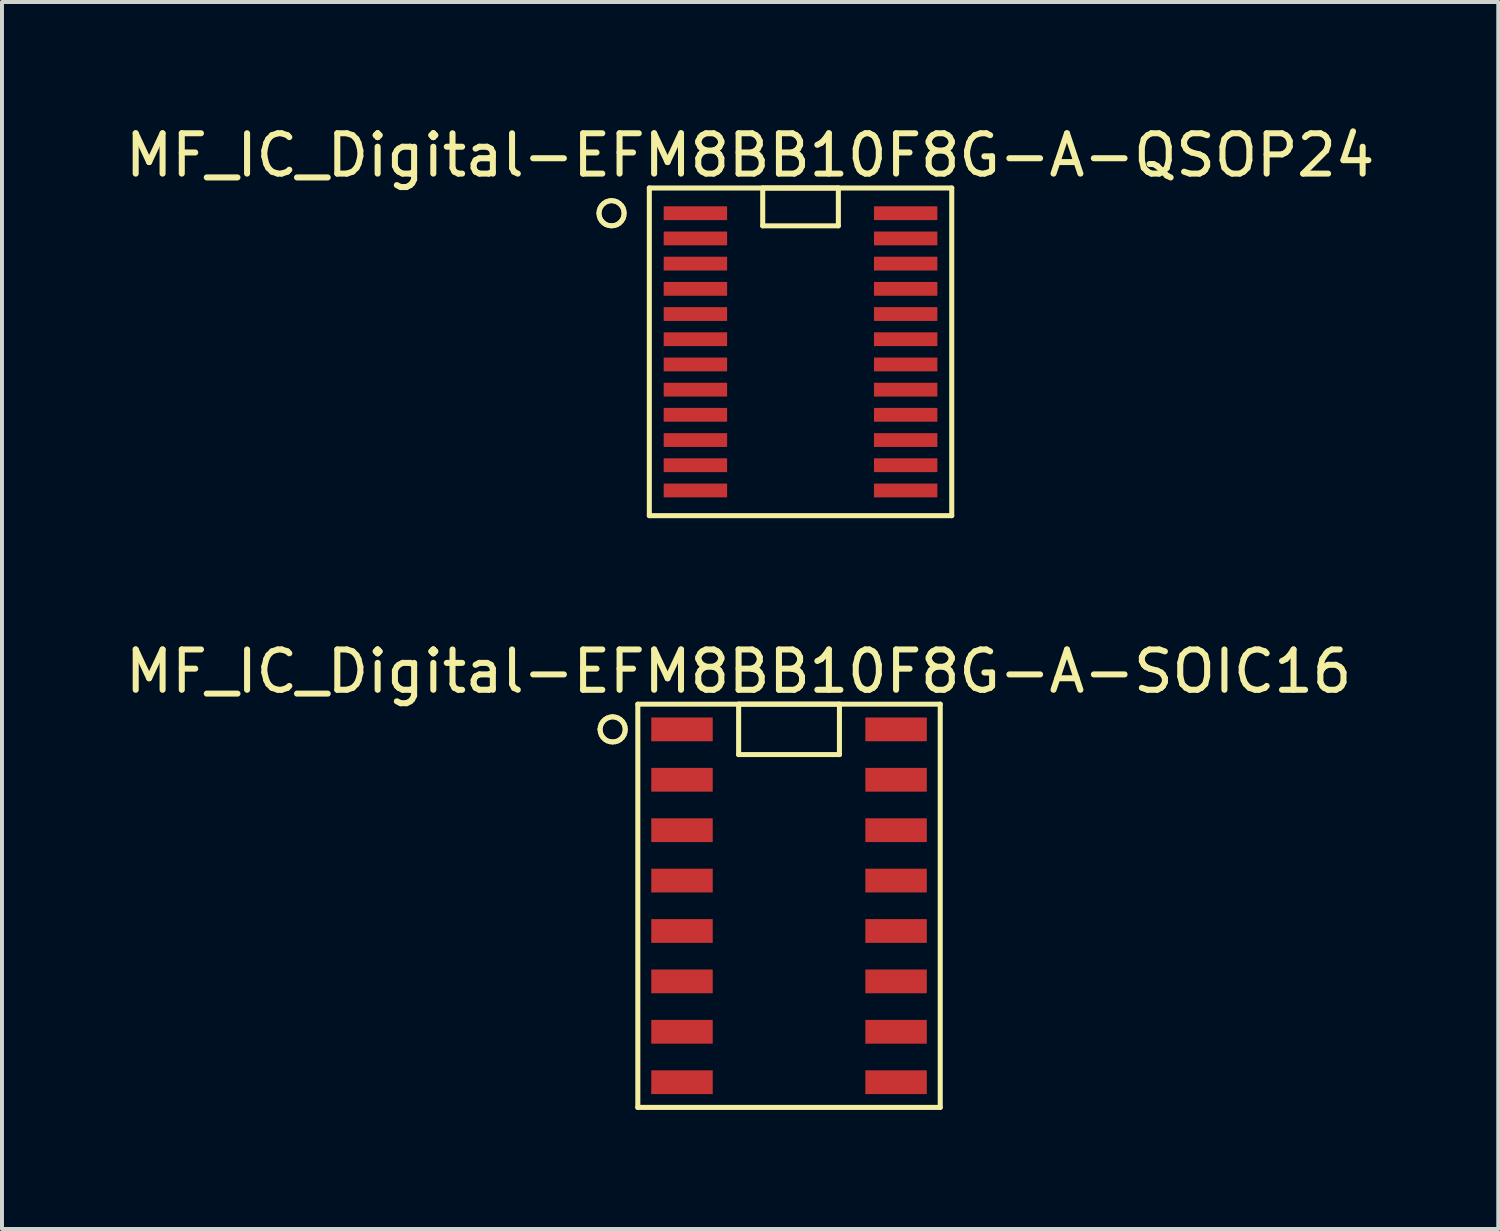
<source format=kicad_pcb>
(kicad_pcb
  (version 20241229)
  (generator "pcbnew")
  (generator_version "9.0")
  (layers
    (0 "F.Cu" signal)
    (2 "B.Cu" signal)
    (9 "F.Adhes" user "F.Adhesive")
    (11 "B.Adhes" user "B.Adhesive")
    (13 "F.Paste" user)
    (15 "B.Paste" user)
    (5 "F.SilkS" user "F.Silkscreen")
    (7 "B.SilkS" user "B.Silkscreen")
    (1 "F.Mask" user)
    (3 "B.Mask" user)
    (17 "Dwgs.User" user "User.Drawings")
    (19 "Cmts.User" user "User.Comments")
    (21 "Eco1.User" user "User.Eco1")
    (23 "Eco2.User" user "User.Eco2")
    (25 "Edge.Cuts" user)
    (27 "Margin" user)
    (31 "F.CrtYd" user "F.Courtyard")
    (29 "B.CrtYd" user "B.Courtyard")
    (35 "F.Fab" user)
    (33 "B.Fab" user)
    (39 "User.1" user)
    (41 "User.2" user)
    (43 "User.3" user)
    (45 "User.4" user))
  (footprint "MF_IC_Digital-EFM8BB10F8G-A-QSOP24"
    (layer "F.Cu")
    (at 17.121 5.815)
    (property "Reference" "MF_IC_Digital-EFM8BB10F8G-A-QSOP24" (at -1.27 -4.953 0) (layer "F.SilkS") (effects (font (size 1.016 1.016) (thickness 0.152))))
    (attr smd)
    (fp_line (start -5.08 -3.493) (end -5.07 -3.561) (stroke (width 0.127) (type solid)) (layer "F.SilkS"))
    (fp_line (start -5.07 -3.561) (end -5.047 -3.63) (stroke (width 0.127) (type solid)) (layer "F.SilkS"))
    (fp_line (start -5.07 -3.421) (end -5.08 -3.493) (stroke (width 0.127) (type solid)) (layer "F.SilkS"))
    (fp_line (start -5.047 -3.63) (end -5.009 -3.688) (stroke (width 0.127) (type solid)) (layer "F.SilkS"))
    (fp_line (start -5.047 -3.353) (end -5.07 -3.421) (stroke (width 0.127) (type solid)) (layer "F.SilkS"))
    (fp_line (start -5.009 -3.688) (end -4.958 -3.739) (stroke (width 0.127) (type solid)) (layer "F.SilkS"))
    (fp_line (start -5.009 -3.294) (end -5.047 -3.353) (stroke (width 0.127) (type solid)) (layer "F.SilkS"))
    (fp_line (start -4.958 -3.739) (end -4.9 -3.777) (stroke (width 0.127) (type solid)) (layer "F.SilkS"))
    (fp_line (start -4.958 -3.244) (end -5.009 -3.294) (stroke (width 0.127) (type solid)) (layer "F.SilkS"))
    (fp_line (start -4.9 -3.777) (end -4.831 -3.8) (stroke (width 0.127) (type solid)) (layer "F.SilkS"))
    (fp_line (start -4.9 -3.205) (end -4.958 -3.244) (stroke (width 0.127) (type solid)) (layer "F.SilkS"))
    (fp_line (start -4.831 -3.8) (end -4.763 -3.81) (stroke (width 0.127) (type solid)) (layer "F.SilkS"))
    (fp_line (start -4.831 -3.183) (end -4.9 -3.205) (stroke (width 0.127) (type solid)) (layer "F.SilkS"))
    (fp_line (start -4.763 -3.81) (end -4.691 -3.8) (stroke (width 0.127) (type solid)) (layer "F.SilkS"))
    (fp_line (start -4.763 -3.175) (end -4.831 -3.183) (stroke (width 0.127) (type solid)) (layer "F.SilkS"))
    (fp_line (start -4.691 -3.8) (end -4.623 -3.777) (stroke (width 0.127) (type solid)) (layer "F.SilkS"))
    (fp_line (start -4.691 -3.183) (end -4.763 -3.175) (stroke (width 0.127) (type solid)) (layer "F.SilkS"))
    (fp_line (start -4.623 -3.777) (end -4.564 -3.739) (stroke (width 0.127) (type solid)) (layer "F.SilkS"))
    (fp_line (start -4.623 -3.205) (end -4.691 -3.183) (stroke (width 0.127) (type solid)) (layer "F.SilkS"))
    (fp_line (start -4.564 -3.739) (end -4.514 -3.688) (stroke (width 0.127) (type solid)) (layer "F.SilkS"))
    (fp_line (start -4.564 -3.244) (end -4.623 -3.205) (stroke (width 0.127) (type solid)) (layer "F.SilkS"))
    (fp_line (start -4.514 -3.688) (end -4.475 -3.63) (stroke (width 0.127) (type solid)) (layer "F.SilkS"))
    (fp_line (start -4.514 -3.294) (end -4.564 -3.244) (stroke (width 0.127) (type solid)) (layer "F.SilkS"))
    (fp_line (start -4.475 -3.63) (end -4.453 -3.561) (stroke (width 0.127) (type solid)) (layer "F.SilkS"))
    (fp_line (start -4.475 -3.353) (end -4.514 -3.294) (stroke (width 0.127) (type solid)) (layer "F.SilkS"))
    (fp_line (start -4.453 -3.561) (end -4.445 -3.493) (stroke (width 0.127) (type solid)) (layer "F.SilkS"))
    (fp_line (start -4.453 -3.421) (end -4.475 -3.353) (stroke (width 0.127) (type solid)) (layer "F.SilkS"))
    (fp_line (start -4.445 -3.493) (end -4.453 -3.421) (stroke (width 0.127) (type solid)) (layer "F.SilkS"))
    (fp_line (start -3.81 -4.128) (end 3.81 -4.128) (stroke (width 0.127) (type solid)) (layer "F.SilkS"))
    (fp_line (start -3.81 4.128) (end -3.81 -4.128) (stroke (width 0.127) (type solid)) (layer "F.SilkS"))
    (fp_line (start -0.953 -4.128) (end -0.953 -3.175) (stroke (width 0.127) (type solid)) (layer "F.SilkS"))
    (fp_line (start -0.953 -3.175) (end 0.953 -3.175) (stroke (width 0.127) (type solid)) (layer "F.SilkS"))
    (fp_line (start 0.953 -4.128) (end -0.953 -4.128) (stroke (width 0.127) (type solid)) (layer "F.SilkS"))
    (fp_line (start 0.953 -3.175) (end 0.953 -4.128) (stroke (width 0.127) (type solid)) (layer "F.SilkS"))
    (fp_line (start 3.81 -4.128) (end 3.81 4.128) (stroke (width 0.127) (type solid)) (layer "F.SilkS"))
    (fp_line (start 3.81 4.128) (end -3.81 4.128) (stroke (width 0.127) (type solid)) (layer "F.SilkS"))
    (pad "P$1" smd rect (at -2.649 -3.493 90) (size 0.348 1.598) (layers "F.Cu" "F.Mask" "F.Paste"))
    (pad "P$2" smd rect (at -2.649 -2.857 90) (size 0.348 1.598) (layers "F.Cu" "F.Mask" "F.Paste"))
    (pad "P$3" smd rect (at -2.649 -2.223 90) (size 0.348 1.598) (layers "F.Cu" "F.Mask" "F.Paste"))
    (pad "P$4" smd rect (at -2.649 -1.587 90) (size 0.348 1.598) (layers "F.Cu" "F.Mask" "F.Paste"))
    (pad "P$5" smd rect (at -2.649 -0.953 90) (size 0.348 1.598) (layers "F.Cu" "F.Mask" "F.Paste"))
    (pad "P$6" smd rect (at -2.649 -0.318 90) (size 0.348 1.598) (layers "F.Cu" "F.Mask" "F.Paste"))
    (pad "P$7" smd rect (at -2.649 0.318 90) (size 0.348 1.598) (layers "F.Cu" "F.Mask" "F.Paste"))
    (pad "P$8" smd rect (at -2.649 0.953 90) (size 0.348 1.598) (layers "F.Cu" "F.Mask" "F.Paste"))
    (pad "P$9" smd rect (at -2.649 1.587 90) (size 0.348 1.598) (layers "F.Cu" "F.Mask" "F.Paste"))
    (pad "P$10" smd rect (at -2.649 2.223 90) (size 0.348 1.598) (layers "F.Cu" "F.Mask" "F.Paste"))
    (pad "P$11" smd rect (at -2.649 2.857 90) (size 0.348 1.598) (layers "F.Cu" "F.Mask" "F.Paste"))
    (pad "P$12" smd rect (at -2.649 3.493 90) (size 0.348 1.598) (layers "F.Cu" "F.Mask" "F.Paste"))
    (pad "P$13" smd rect (at 2.649 3.493 270) (size 0.348 1.598) (layers "F.Cu" "F.Mask" "F.Paste"))
    (pad "P$14" smd rect (at 2.649 2.857 270) (size 0.348 1.598) (layers "F.Cu" "F.Mask" "F.Paste"))
    (pad "P$15" smd rect (at 2.649 2.223 270) (size 0.348 1.598) (layers "F.Cu" "F.Mask" "F.Paste"))
    (pad "P$16" smd rect (at 2.649 1.587 270) (size 0.348 1.598) (layers "F.Cu" "F.Mask" "F.Paste"))
    (pad "P$17" smd rect (at 2.649 0.953 270) (size 0.348 1.598) (layers "F.Cu" "F.Mask" "F.Paste"))
    (pad "P$18" smd rect (at 2.649 0.318 270) (size 0.348 1.598) (layers "F.Cu" "F.Mask" "F.Paste"))
    (pad "P$19" smd rect (at 2.649 -0.318 270) (size 0.348 1.598) (layers "F.Cu" "F.Mask" "F.Paste"))
    (pad "P$20" smd rect (at 2.649 -0.953 270) (size 0.348 1.598) (layers "F.Cu" "F.Mask" "F.Paste"))
    (pad "P$21" smd rect (at 2.649 -1.587 270) (size 0.348 1.598) (layers "F.Cu" "F.Mask" "F.Paste"))
    (pad "P$22" smd rect (at 2.649 -2.223 270) (size 0.348 1.598) (layers "F.Cu" "F.Mask" "F.Paste"))
    (pad "P$23" smd rect (at 2.649 -2.857 270) (size 0.348 1.598) (layers "F.Cu" "F.Mask" "F.Paste"))
    (pad "P$24" smd rect (at 2.649 -3.493 270) (size 0.348 1.598) (layers "F.Cu" "F.Mask" "F.Paste")))
  (footprint "MF_IC_Digital-EFM8BB10F8G-A-SOIC16"
    (layer "F.Cu")
    (at 16.831 19.773)
    (property "Reference" "MF_IC_Digital-EFM8BB10F8G-A-SOIC16" (at -1.27 -5.905 0) (layer "F.SilkS") (effects (font (size 1.016 1.016) (thickness 0.152))))
    (attr smd)
    (fp_line (start -4.763 -4.445) (end -4.752 -4.514) (stroke (width 0.127) (type solid)) (layer "F.SilkS"))
    (fp_line (start -4.752 -4.514) (end -4.729 -4.582) (stroke (width 0.127) (type solid)) (layer "F.SilkS"))
    (fp_line (start -4.752 -4.374) (end -4.763 -4.445) (stroke (width 0.127) (type solid)) (layer "F.SilkS"))
    (fp_line (start -4.729 -4.582) (end -4.691 -4.641) (stroke (width 0.127) (type solid)) (layer "F.SilkS"))
    (fp_line (start -4.729 -4.305) (end -4.752 -4.374) (stroke (width 0.127) (type solid)) (layer "F.SilkS"))
    (fp_line (start -4.691 -4.641) (end -4.641 -4.691) (stroke (width 0.127) (type solid)) (layer "F.SilkS"))
    (fp_line (start -4.691 -4.247) (end -4.729 -4.305) (stroke (width 0.127) (type solid)) (layer "F.SilkS"))
    (fp_line (start -4.641 -4.691) (end -4.582 -4.729) (stroke (width 0.127) (type solid)) (layer "F.SilkS"))
    (fp_line (start -4.641 -4.196) (end -4.691 -4.247) (stroke (width 0.127) (type solid)) (layer "F.SilkS"))
    (fp_line (start -4.582 -4.729) (end -4.514 -4.752) (stroke (width 0.127) (type solid)) (layer "F.SilkS"))
    (fp_line (start -4.582 -4.158) (end -4.641 -4.196) (stroke (width 0.127) (type solid)) (layer "F.SilkS"))
    (fp_line (start -4.514 -4.752) (end -4.445 -4.763) (stroke (width 0.127) (type solid)) (layer "F.SilkS"))
    (fp_line (start -4.514 -4.135) (end -4.582 -4.158) (stroke (width 0.127) (type solid)) (layer "F.SilkS"))
    (fp_line (start -4.445 -4.763) (end -4.374 -4.752) (stroke (width 0.127) (type solid)) (layer "F.SilkS"))
    (fp_line (start -4.445 -4.128) (end -4.514 -4.135) (stroke (width 0.127) (type solid)) (layer "F.SilkS"))
    (fp_line (start -4.374 -4.752) (end -4.305 -4.729) (stroke (width 0.127) (type solid)) (layer "F.SilkS"))
    (fp_line (start -4.374 -4.135) (end -4.445 -4.128) (stroke (width 0.127) (type solid)) (layer "F.SilkS"))
    (fp_line (start -4.305 -4.729) (end -4.247 -4.691) (stroke (width 0.127) (type solid)) (layer "F.SilkS"))
    (fp_line (start -4.305 -4.158) (end -4.374 -4.135) (stroke (width 0.127) (type solid)) (layer "F.SilkS"))
    (fp_line (start -4.247 -4.691) (end -4.196 -4.641) (stroke (width 0.127) (type solid)) (layer "F.SilkS"))
    (fp_line (start -4.247 -4.196) (end -4.305 -4.158) (stroke (width 0.127) (type solid)) (layer "F.SilkS"))
    (fp_line (start -4.196 -4.641) (end -4.158 -4.582) (stroke (width 0.127) (type solid)) (layer "F.SilkS"))
    (fp_line (start -4.196 -4.247) (end -4.247 -4.196) (stroke (width 0.127) (type solid)) (layer "F.SilkS"))
    (fp_line (start -4.158 -4.582) (end -4.135 -4.514) (stroke (width 0.127) (type solid)) (layer "F.SilkS"))
    (fp_line (start -4.158 -4.305) (end -4.196 -4.247) (stroke (width 0.127) (type solid)) (layer "F.SilkS"))
    (fp_line (start -4.135 -4.514) (end -4.128 -4.445) (stroke (width 0.127) (type solid)) (layer "F.SilkS"))
    (fp_line (start -4.135 -4.374) (end -4.158 -4.305) (stroke (width 0.127) (type solid)) (layer "F.SilkS"))
    (fp_line (start -4.128 -4.445) (end -4.135 -4.374) (stroke (width 0.127) (type solid)) (layer "F.SilkS"))
    (fp_line (start -3.81 -5.08) (end 3.81 -5.08) (stroke (width 0.127) (type solid)) (layer "F.SilkS"))
    (fp_line (start -3.81 5.08) (end -3.81 -5.08) (stroke (width 0.127) (type solid)) (layer "F.SilkS"))
    (fp_line (start -1.27 -5.08) (end -1.27 -3.81) (stroke (width 0.127) (type solid)) (layer "F.SilkS"))
    (fp_line (start -1.27 -3.81) (end 1.27 -3.81) (stroke (width 0.127) (type solid)) (layer "F.SilkS"))
    (fp_line (start 1.27 -5.08) (end -1.27 -5.08) (stroke (width 0.127) (type solid)) (layer "F.SilkS"))
    (fp_line (start 1.27 -3.81) (end 1.27 -5.08) (stroke (width 0.127) (type solid)) (layer "F.SilkS"))
    (fp_line (start 3.81 -5.08) (end 3.81 5.08) (stroke (width 0.127) (type solid)) (layer "F.SilkS"))
    (fp_line (start 3.81 5.08) (end -3.81 5.08) (stroke (width 0.127) (type solid)) (layer "F.SilkS"))
    (pad "1" smd rect (at -2.697 -4.445 90) (size 0.599 1.549) (layers "F.Cu" "F.Mask" "F.Paste"))
    (pad "2" smd rect (at -2.697 -3.175 90) (size 0.599 1.549) (layers "F.Cu" "F.Mask" "F.Paste"))
    (pad "3" smd rect (at -2.697 -1.905 90) (size 0.599 1.549) (layers "F.Cu" "F.Mask" "F.Paste"))
    (pad "4" smd rect (at -2.697 -0.635 90) (size 0.599 1.549) (layers "F.Cu" "F.Mask" "F.Paste"))
    (pad "5" smd rect (at -2.697 0.635 90) (size 0.599 1.549) (layers "F.Cu" "F.Mask" "F.Paste"))
    (pad "6" smd rect (at -2.697 1.905 90) (size 0.599 1.549) (layers "F.Cu" "F.Mask" "F.Paste"))
    (pad "7" smd rect (at -2.697 3.175 90) (size 0.599 1.549) (layers "F.Cu" "F.Mask" "F.Paste"))
    (pad "8" smd rect (at -2.697 4.445 90) (size 0.599 1.549) (layers "F.Cu" "F.Mask" "F.Paste"))
    (pad "9" smd rect (at 2.697 4.445 270) (size 0.599 1.549) (layers "F.Cu" "F.Mask" "F.Paste"))
    (pad "10" smd rect (at 2.697 3.175 270) (size 0.599 1.549) (layers "F.Cu" "F.Mask" "F.Paste"))
    (pad "11" smd rect (at 2.697 1.905 270) (size 0.599 1.549) (layers "F.Cu" "F.Mask" "F.Paste"))
    (pad "12" smd rect (at 2.697 0.635 270) (size 0.599 1.549) (layers "F.Cu" "F.Mask" "F.Paste"))
    (pad "13" smd rect (at 2.697 -0.635 270) (size 0.599 1.549) (layers "F.Cu" "F.Mask" "F.Paste"))
    (pad "14" smd rect (at 2.697 -1.905 270) (size 0.599 1.549) (layers "F.Cu" "F.Mask" "F.Paste"))
    (pad "15" smd rect (at 2.697 -3.175 270) (size 0.599 1.549) (layers "F.Cu" "F.Mask" "F.Paste"))
    (pad "16" smd rect (at 2.697 -4.445 270) (size 0.599 1.549) (layers "F.Cu" "F.Mask" "F.Paste")))
  (gr_rect
    (start -3 -3)
    (end 34.702 27.917)
    (stroke (width 0.1) (type default))
    (fill no)
    (layer "Edge.Cuts")))
</source>
